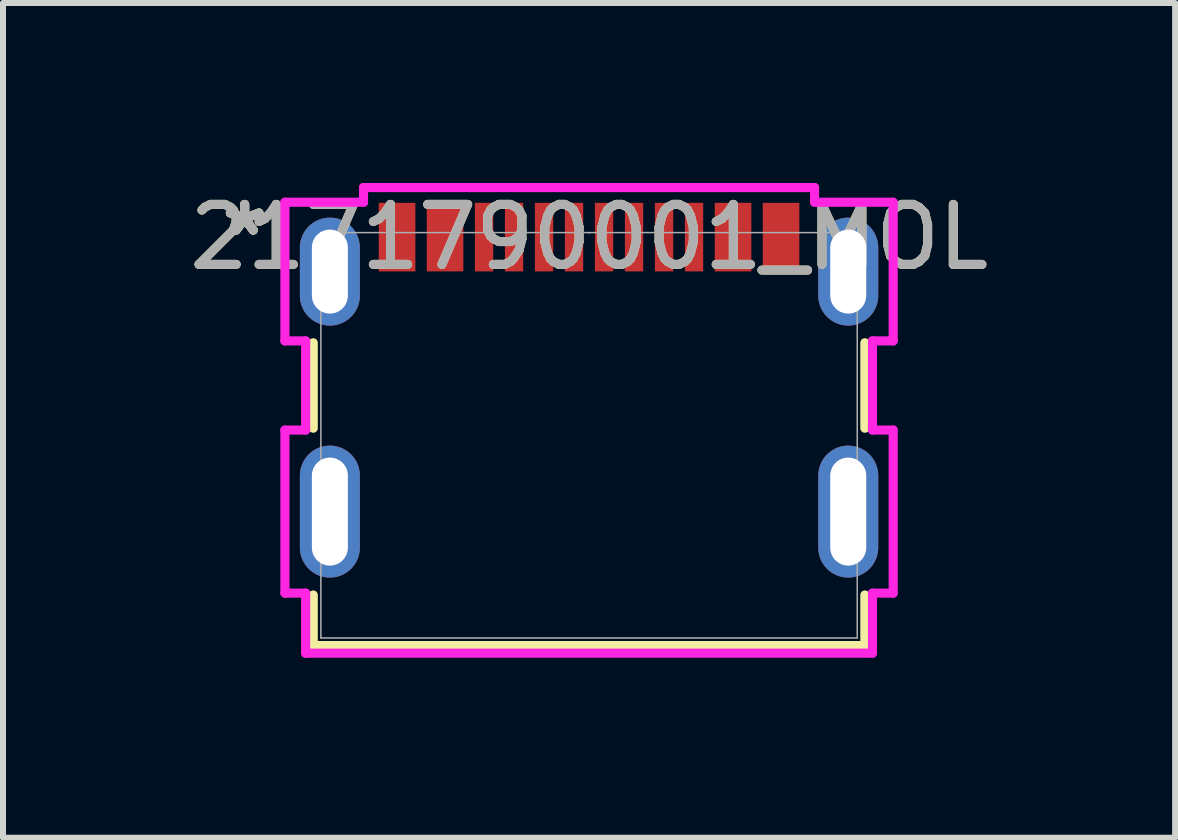
<source format=kicad_pcb>
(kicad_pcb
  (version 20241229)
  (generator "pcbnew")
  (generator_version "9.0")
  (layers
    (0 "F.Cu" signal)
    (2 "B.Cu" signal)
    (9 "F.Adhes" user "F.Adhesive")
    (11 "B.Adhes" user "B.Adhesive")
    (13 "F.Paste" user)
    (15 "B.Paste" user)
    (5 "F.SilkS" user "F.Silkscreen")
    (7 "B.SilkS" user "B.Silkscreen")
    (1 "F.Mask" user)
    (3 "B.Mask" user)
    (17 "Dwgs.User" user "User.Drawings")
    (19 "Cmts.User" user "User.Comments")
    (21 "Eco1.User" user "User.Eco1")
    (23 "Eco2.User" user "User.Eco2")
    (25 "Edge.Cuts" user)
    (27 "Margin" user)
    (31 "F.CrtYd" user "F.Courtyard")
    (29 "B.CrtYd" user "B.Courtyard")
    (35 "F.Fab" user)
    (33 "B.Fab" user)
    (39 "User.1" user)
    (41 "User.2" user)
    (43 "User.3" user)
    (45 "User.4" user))
  (footprint "2171790001_MOL"
    (layer "F.Cu")
    (at 6.768 4.205)
    (property "Reference" "2171790001_MOL" (at 0 -3.303 0) (unlocked yes) (layer "F.SilkS") (effects (font (size 1 1) (thickness 0.15))))
    (attr smd)
    (fp_line (start -4.597 -1.542) (end -4.597 -0.118) (stroke (width 0.152) (type solid)) (layer "F.SilkS"))
    (fp_line (start -4.597 2.662) (end -4.597 3.505) (stroke (width 0.152) (type solid)) (layer "F.SilkS"))
    (fp_line (start -4.597 3.505) (end 4.597 3.505) (stroke (width 0.152) (type solid)) (layer "F.SilkS"))
    (fp_line (start 4.597 -0.118) (end 4.597 -1.542) (stroke (width 0.152) (type solid)) (layer "F.SilkS"))
    (fp_line (start 4.597 3.505) (end 4.597 2.662) (stroke (width 0.152) (type solid)) (layer "F.SilkS"))
    (fp_line (start -5.069 -3.884) (end -5.069 -1.573) (stroke (width 0.152) (type solid)) (layer "F.CrtYd"))
    (fp_line (start -5.069 -1.573) (end -4.724 -1.573) (stroke (width 0.152) (type solid)) (layer "F.CrtYd"))
    (fp_line (start -5.069 -0.087) (end -5.069 2.631) (stroke (width 0.152) (type solid)) (layer "F.CrtYd"))
    (fp_line (start -5.069 2.631) (end -4.724 2.631) (stroke (width 0.152) (type solid)) (layer "F.CrtYd"))
    (fp_line (start -4.724 -1.573) (end -4.724 -0.087) (stroke (width 0.152) (type solid)) (layer "F.CrtYd"))
    (fp_line (start -4.724 -0.087) (end -5.069 -0.087) (stroke (width 0.152) (type solid)) (layer "F.CrtYd"))
    (fp_line (start -4.724 2.631) (end -4.724 3.632) (stroke (width 0.152) (type solid)) (layer "F.CrtYd"))
    (fp_line (start -4.724 3.632) (end 4.724 3.632) (stroke (width 0.152) (type solid)) (layer "F.CrtYd"))
    (fp_line (start -3.759 -4.129) (end -3.759 -3.884) (stroke (width 0.152) (type solid)) (layer "F.CrtYd"))
    (fp_line (start -3.759 -3.884) (end -5.069 -3.884) (stroke (width 0.152) (type solid)) (layer "F.CrtYd"))
    (fp_line (start 3.759 -4.129) (end -3.759 -4.129) (stroke (width 0.152) (type solid)) (layer "F.CrtYd"))
    (fp_line (start 3.759 -3.884) (end 3.759 -4.129) (stroke (width 0.152) (type solid)) (layer "F.CrtYd"))
    (fp_line (start 4.724 -1.573) (end 5.069 -1.573) (stroke (width 0.152) (type solid)) (layer "F.CrtYd"))
    (fp_line (start 4.724 -0.087) (end 4.724 -1.573) (stroke (width 0.152) (type solid)) (layer "F.CrtYd"))
    (fp_line (start 4.724 2.631) (end 5.069 2.631) (stroke (width 0.152) (type solid)) (layer "F.CrtYd"))
    (fp_line (start 4.724 3.632) (end 4.724 2.631) (stroke (width 0.152) (type solid)) (layer "F.CrtYd"))
    (fp_line (start 5.069 -3.884) (end 3.759 -3.884) (stroke (width 0.152) (type solid)) (layer "F.CrtYd"))
    (fp_line (start 5.069 -1.573) (end 5.069 -3.884) (stroke (width 0.152) (type solid)) (layer "F.CrtYd"))
    (fp_line (start 5.069 -0.087) (end 4.724 -0.087) (stroke (width 0.152) (type solid)) (layer "F.CrtYd"))
    (fp_line (start 5.069 2.631) (end 5.069 -0.087) (stroke (width 0.152) (type solid)) (layer "F.CrtYd"))
    (fp_line (start -4.47 -3.378) (end -4.47 3.378) (stroke (width 0.025) (type solid)) (layer "F.Fab"))
    (fp_line (start -4.47 3.378) (end 4.47 3.378) (stroke (width 0.025) (type solid)) (layer "F.Fab"))
    (fp_line (start 0 -3.378) (end 0 -3.378) (stroke (width 0.025) (type solid)) (layer "F.Fab"))
    (fp_line (start 0 -3.378) (end 0 -3.378) (stroke (width 0.025) (type solid)) (layer "F.Fab"))
    (fp_line (start 0 -3.378) (end 0 -3.378) (stroke (width 0.025) (type solid)) (layer "F.Fab"))
    (fp_line (start 0 -3.378) (end 0 -3.378) (stroke (width 0.025) (type solid)) (layer "F.Fab"))
    (fp_line (start 4.47 -3.378) (end -4.47 -3.378) (stroke (width 0.025) (type solid)) (layer "F.Fab"))
    (fp_line (start 4.47 3.378) (end 4.47 -3.378) (stroke (width 0.025) (type solid)) (layer "F.Fab"))
    (fp_text user "*" (at -5.74 -3.303 0) (unlocked yes) (layer "F.SilkS") (effects (font (size 1 1) (thickness 0.15))))
    (fp_text user "*" (at -5.74 -3.303 0) (layer "F.SilkS") (effects (font (size 1 1) (thickness 0.15))))
    (fp_text user "*" (at -5.74 -3.303 0) (unlocked yes) (layer "F.Fab") (effects (font (size 1 1) (thickness 0.15))))
    (fp_text user "*" (at -5.74 -3.303 0) (layer "F.Fab") (effects (font (size 1 1) (thickness 0.15))))
    (fp_text user "${REFERENCE}" (at 0 -3.303 0) (unlocked yes) (layer "F.Fab") (effects (font (size 1 1) (thickness 0.15))))
    (pad "13" thru_hole oval (at -4.32 1.272) (size 1 2.2) (drill oval 0.6 1.8) (layers "*.Cu" "*.Mask"))
    (pad "14" thru_hole oval (at 4.32 1.272) (size 1 2.2) (drill oval 0.6 1.8) (layers "*.Cu" "*.Mask"))
    (pad "15" thru_hole oval (at -4.32 -2.728) (size 1 1.8) (drill oval 0.6 1.4) (layers "*.Cu" "*.Mask"))
    (pad "16" thru_hole oval (at 4.32 -2.728) (size 1 1.8) (drill oval 0.6 1.4) (layers "*.Cu" "*.Mask"))
    (pad "A1/B12" smd rect (at -3.2 -3.303) (size 0.61 1.143) (layers "F.Cu" "F.Mask" "F.Paste"))
    (pad "A4/B9" smd rect (at -2.4 -3.303) (size 0.61 1.143) (layers "F.Cu" "F.Mask" "F.Paste"))
    (pad "A5" smd rect (at -1.25 -3.303) (size 0.305 1.143) (layers "F.Cu" "F.Mask" "F.Paste"))
    (pad "A6" smd rect (at -0.25 -3.303) (size 0.305 1.143) (layers "F.Cu" "F.Mask" "F.Paste"))
    (pad "A7" smd rect (at 0.25 -3.303) (size 0.305 1.143) (layers "F.Cu" "F.Mask" "F.Paste"))
    (pad "A8" smd rect (at 1.25 -3.303) (size 0.305 1.143) (layers "F.Cu" "F.Mask" "F.Paste"))
    (pad "B1/A12" smd rect (at 3.2 -3.303) (size 0.61 1.143) (layers "F.Cu" "F.Mask" "F.Paste"))
    (pad "B4/A9" smd rect (at 2.4 -3.303) (size 0.61 1.143) (layers "F.Cu" "F.Mask" "F.Paste"))
    (pad "B5" smd rect (at 1.75 -3.303) (size 0.305 1.143) (layers "F.Cu" "F.Mask" "F.Paste"))
    (pad "B6" smd rect (at 0.75 -3.303) (size 0.305 1.143) (layers "F.Cu" "F.Mask" "F.Paste"))
    (pad "B7" smd rect (at -0.75 -3.303) (size 0.305 1.143) (layers "F.Cu" "F.Mask" "F.Paste"))
    (pad "B8" smd rect (at -1.75 -3.303) (size 0.305 1.143) (layers "F.Cu" "F.Mask" "F.Paste")))
  (gr_rect
    (start -3 -3)
    (end 16.536 10.913)
    (stroke (width 0.1) (type default))
    (fill no)
    (layer "Edge.Cuts")))
</source>
